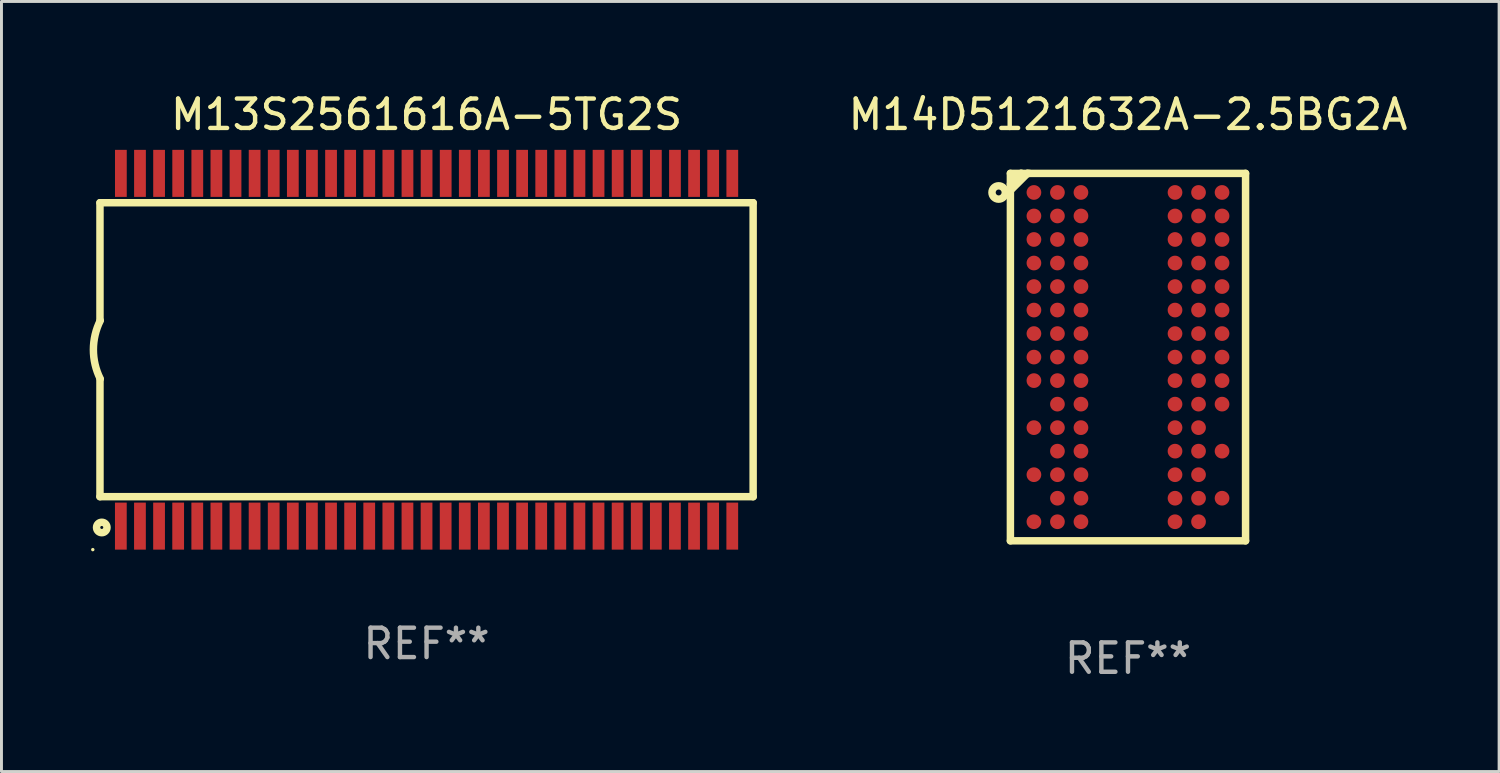
<source format=kicad_pcb>
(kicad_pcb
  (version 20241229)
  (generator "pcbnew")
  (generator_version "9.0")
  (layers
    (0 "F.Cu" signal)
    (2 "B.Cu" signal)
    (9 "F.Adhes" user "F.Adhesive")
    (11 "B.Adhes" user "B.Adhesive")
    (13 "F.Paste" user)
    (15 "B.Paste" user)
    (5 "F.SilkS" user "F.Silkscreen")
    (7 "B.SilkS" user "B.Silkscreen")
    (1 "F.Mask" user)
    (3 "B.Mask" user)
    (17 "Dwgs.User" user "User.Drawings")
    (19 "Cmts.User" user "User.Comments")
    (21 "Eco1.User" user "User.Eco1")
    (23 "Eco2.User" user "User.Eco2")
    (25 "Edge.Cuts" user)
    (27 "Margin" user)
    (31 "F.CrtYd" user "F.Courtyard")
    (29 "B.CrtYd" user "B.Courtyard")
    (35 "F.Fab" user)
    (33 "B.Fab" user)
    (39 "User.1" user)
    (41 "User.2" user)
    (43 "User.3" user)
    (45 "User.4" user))
  (footprint "M13S2561616A-5TG2S"
    (layer "F.Cu")
    (at 11.461 8.848)
    (property "Reference" "M13S2561616A-5TG2S" (at 0 -8 0) (layer "F.SilkS") (effects (font (size 1 1) (thickness 0.15))))
    (attr through_hole)
    (fp_line (start -11.11 -5.002) (end 11.11 -5.002) (stroke (width 0.254) (type solid)) (layer "F.SilkS"))
    (fp_line (start -11.11 -1.002) (end -11.11 -5.002) (stroke (width 0.254) (type solid)) (layer "F.SilkS"))
    (fp_line (start -11.11 4.999) (end -11.11 0.998) (stroke (width 0.254) (type solid)) (layer "F.SilkS"))
    (fp_line (start -11.11 4.999) (end 11.11 4.999) (stroke (width 0.254) (type solid)) (layer "F.SilkS"))
    (fp_line (start 11.11 4.999) (end 11.11 -5.002) (stroke (width 0.254) (type solid)) (layer "F.SilkS"))
    (fp_arc (start -11.099822 0.989078) (mid -11.333671 -0.001524) (end -11.099822 -0.992126) (stroke (width 0.254001) (type solid)) (layer "F.SilkS"))
    (fp_circle (center -11.354 6.8) (end -11.324 6.8) (stroke (width 0.06) (type solid)) (fill no) (layer "F.SilkS"))
    (fp_circle (center -11.049 6.046) (end -10.871 6.046) (stroke (width 0.254) (type solid)) (fill no) (layer "F.SilkS"))
    (fp_text user "REF**" (at 0 10 0) (layer "F.Fab") (effects (font (size 1 1) (thickness 0.15))))
    (pad "1" smd rect (at -10.4 6) (size 0.4 1.6) (layers "F.Cu" "F.Mask" "F.Paste"))
    (pad "2" smd rect (at -9.75 6) (size 0.4 1.6) (layers "F.Cu" "F.Mask" "F.Paste"))
    (pad "3" smd rect (at -9.1 6) (size 0.4 1.6) (layers "F.Cu" "F.Mask" "F.Paste"))
    (pad "4" smd rect (at -8.45 6) (size 0.4 1.6) (layers "F.Cu" "F.Mask" "F.Paste"))
    (pad "5" smd rect (at -7.8 6) (size 0.4 1.6) (layers "F.Cu" "F.Mask" "F.Paste"))
    (pad "6" smd rect (at -7.15 6) (size 0.4 1.6) (layers "F.Cu" "F.Mask" "F.Paste"))
    (pad "7" smd rect (at -6.5 6) (size 0.4 1.6) (layers "F.Cu" "F.Mask" "F.Paste"))
    (pad "8" smd rect (at -5.85 6) (size 0.4 1.6) (layers "F.Cu" "F.Mask" "F.Paste"))
    (pad "9" smd rect (at -5.2 6) (size 0.4 1.6) (layers "F.Cu" "F.Mask" "F.Paste"))
    (pad "10" smd rect (at -4.55 6) (size 0.4 1.6) (layers "F.Cu" "F.Mask" "F.Paste"))
    (pad "11" smd rect (at -3.9 6) (size 0.4 1.6) (layers "F.Cu" "F.Mask" "F.Paste"))
    (pad "12" smd rect (at -3.25 6) (size 0.4 1.6) (layers "F.Cu" "F.Mask" "F.Paste"))
    (pad "13" smd rect (at -2.6 6) (size 0.4 1.6) (layers "F.Cu" "F.Mask" "F.Paste"))
    (pad "14" smd rect (at -1.95 6) (size 0.4 1.6) (layers "F.Cu" "F.Mask" "F.Paste"))
    (pad "15" smd rect (at -1.3 6) (size 0.4 1.6) (layers "F.Cu" "F.Mask" "F.Paste"))
    (pad "16" smd rect (at -0.65 6) (size 0.4 1.6) (layers "F.Cu" "F.Mask" "F.Paste"))
    (pad "17" smd rect (at -0.000254 6) (size 0.4 1.6) (layers "F.Cu" "F.Mask" "F.Paste"))
    (pad "18" smd rect (at 0.65 6) (size 0.4 1.6) (layers "F.Cu" "F.Mask" "F.Paste"))
    (pad "19" smd rect (at 1.3 6) (size 0.4 1.6) (layers "F.Cu" "F.Mask" "F.Paste"))
    (pad "20" smd rect (at 1.95 6) (size 0.4 1.6) (layers "F.Cu" "F.Mask" "F.Paste"))
    (pad "21" smd rect (at 2.6 6) (size 0.4 1.6) (layers "F.Cu" "F.Mask" "F.Paste"))
    (pad "22" smd rect (at 3.25 6) (size 0.4 1.6) (layers "F.Cu" "F.Mask" "F.Paste"))
    (pad "23" smd rect (at 3.9 6) (size 0.4 1.6) (layers "F.Cu" "F.Mask" "F.Paste"))
    (pad "24" smd rect (at 4.55 6) (size 0.4 1.6) (layers "F.Cu" "F.Mask" "F.Paste"))
    (pad "25" smd rect (at 5.2 6) (size 0.4 1.6) (layers "F.Cu" "F.Mask" "F.Paste"))
    (pad "26" smd rect (at 5.85 6) (size 0.4 1.6) (layers "F.Cu" "F.Mask" "F.Paste"))
    (pad "27" smd rect (at 6.5 6) (size 0.4 1.6) (layers "F.Cu" "F.Mask" "F.Paste"))
    (pad "28" smd rect (at 7.15 6) (size 0.4 1.6) (layers "F.Cu" "F.Mask" "F.Paste"))
    (pad "29" smd rect (at 7.8 6) (size 0.4 1.6) (layers "F.Cu" "F.Mask" "F.Paste"))
    (pad "30" smd rect (at 8.45 6) (size 0.4 1.6) (layers "F.Cu" "F.Mask" "F.Paste"))
    (pad "31" smd rect (at 9.1 6) (size 0.4 1.6) (layers "F.Cu" "F.Mask" "F.Paste"))
    (pad "32" smd rect (at 9.75 6) (size 0.4 1.6) (layers "F.Cu" "F.Mask" "F.Paste"))
    (pad "33" smd rect (at 10.4 6) (size 0.4 1.6) (layers "F.Cu" "F.Mask" "F.Paste"))
    (pad "34" smd rect (at 10.401 -6) (size 0.4 1.6) (layers "F.Cu" "F.Mask" "F.Paste"))
    (pad "35" smd rect (at 9.751 -6) (size 0.4 1.6) (layers "F.Cu" "F.Mask" "F.Paste"))
    (pad "36" smd rect (at 9.101 -6) (size 0.4 1.6) (layers "F.Cu" "F.Mask" "F.Paste"))
    (pad "37" smd rect (at 8.451 -6) (size 0.4 1.6) (layers "F.Cu" "F.Mask" "F.Paste"))
    (pad "38" smd rect (at 7.801 -6) (size 0.4 1.6) (layers "F.Cu" "F.Mask" "F.Paste"))
    (pad "39" smd rect (at 7.151 -6) (size 0.4 1.6) (layers "F.Cu" "F.Mask" "F.Paste"))
    (pad "40" smd rect (at 6.501 -6) (size 0.4 1.6) (layers "F.Cu" "F.Mask" "F.Paste"))
    (pad "41" smd rect (at 5.851 -6) (size 0.4 1.6) (layers "F.Cu" "F.Mask" "F.Paste"))
    (pad "42" smd rect (at 5.201 -6) (size 0.4 1.6) (layers "F.Cu" "F.Mask" "F.Paste"))
    (pad "43" smd rect (at 4.551 -6) (size 0.4 1.6) (layers "F.Cu" "F.Mask" "F.Paste"))
    (pad "44" smd rect (at 3.901 -6) (size 0.4 1.6) (layers "F.Cu" "F.Mask" "F.Paste"))
    (pad "45" smd rect (at 3.251 -6) (size 0.4 1.6) (layers "F.Cu" "F.Mask" "F.Paste"))
    (pad "46" smd rect (at 2.601 -6) (size 0.4 1.6) (layers "F.Cu" "F.Mask" "F.Paste"))
    (pad "47" smd rect (at 1.951 -6) (size 0.4 1.6) (layers "F.Cu" "F.Mask" "F.Paste"))
    (pad "48" smd rect (at 1.301 -6) (size 0.4 1.6) (layers "F.Cu" "F.Mask" "F.Paste"))
    (pad "49" smd rect (at 0.651 -6) (size 0.4 1.6) (layers "F.Cu" "F.Mask" "F.Paste"))
    (pad "50" smd rect (at 0.001 -6) (size 0.4 1.6) (layers "F.Cu" "F.Mask" "F.Paste"))
    (pad "51" smd rect (at -0.649 -6) (size 0.4 1.6) (layers "F.Cu" "F.Mask" "F.Paste"))
    (pad "52" smd rect (at -1.299 -6) (size 0.4 1.6) (layers "F.Cu" "F.Mask" "F.Paste"))
    (pad "53" smd rect (at -1.949 -6) (size 0.4 1.6) (layers "F.Cu" "F.Mask" "F.Paste"))
    (pad "54" smd rect (at -2.599 -6) (size 0.4 1.6) (layers "F.Cu" "F.Mask" "F.Paste"))
    (pad "55" smd rect (at -3.249 -6) (size 0.4 1.6) (layers "F.Cu" "F.Mask" "F.Paste"))
    (pad "56" smd rect (at -3.899 -6) (size 0.4 1.6) (layers "F.Cu" "F.Mask" "F.Paste"))
    (pad "57" smd rect (at -4.549 -6) (size 0.4 1.6) (layers "F.Cu" "F.Mask" "F.Paste"))
    (pad "58" smd rect (at -5.199 -6) (size 0.4 1.6) (layers "F.Cu" "F.Mask" "F.Paste"))
    (pad "59" smd rect (at -5.849 -6) (size 0.4 1.6) (layers "F.Cu" "F.Mask" "F.Paste"))
    (pad "60" smd rect (at -6.499 -6) (size 0.4 1.6) (layers "F.Cu" "F.Mask" "F.Paste"))
    (pad "61" smd rect (at -7.149 -6) (size 0.4 1.6) (layers "F.Cu" "F.Mask" "F.Paste"))
    (pad "62" smd rect (at -7.799 -6) (size 0.4 1.6) (layers "F.Cu" "F.Mask" "F.Paste"))
    (pad "63" smd rect (at -8.449 -6) (size 0.4 1.6) (layers "F.Cu" "F.Mask" "F.Paste"))
    (pad "64" smd rect (at -9.099 -6) (size 0.4 1.6) (layers "F.Cu" "F.Mask" "F.Paste"))
    (pad "65" smd rect (at -9.749 -6) (size 0.4 1.6) (layers "F.Cu" "F.Mask" "F.Paste"))
    (pad "66" smd rect (at -10.399 -6) (size 0.4 1.6) (layers "F.Cu" "F.Mask" "F.Paste")))
  (footprint "M14D5121632A-2.5BG2A"
    (layer "F.Cu")
    (at 35.323 9.098)
    (property "Reference" "M14D5121632A-2.5BG2A" (at 0 -8.25 0) (layer "F.SilkS") (effects (font (size 1 1) (thickness 0.15))))
    (attr through_hole)
    (fp_line (start -4 -6.25) (end -4 6.25) (stroke (width 0.254) (type solid)) (layer "F.SilkS"))
    (fp_line (start -3.64 -6.25) (end -4 -5.889) (stroke (width 0.254) (type solid)) (layer "F.SilkS"))
    (fp_line (start -3.615 -6.25) (end -3.64 -6.25) (stroke (width 0.254) (type solid)) (layer "F.SilkS"))
    (fp_line (start -3.419 -6.25) (end -4 -5.669) (stroke (width 0.254) (type solid)) (layer "F.SilkS"))
    (fp_line (start -3.355 -6.25) (end -3.419 -6.25) (stroke (width 0.254) (type solid)) (layer "F.SilkS"))
    (fp_line (start 4 -6.25) (end -4 -6.25) (stroke (width 0.254) (type solid)) (layer "F.SilkS"))
    (fp_line (start 4 -6.25) (end 4 6.25) (stroke (width 0.254) (type solid)) (layer "F.SilkS"))
    (fp_line (start 4 6.25) (end -4 6.25) (stroke (width 0.254) (type solid)) (layer "F.SilkS"))
    (fp_circle (center -4.4 -5.6) (end -4.3 -5.6) (stroke (width 0.254) (type solid)) (fill no) (layer "F.SilkS"))
    (fp_circle (center -4 -6.25) (end -3.97 -6.25) (stroke (width 0.06) (type solid)) (fill no) (layer "F.SilkS"))
    (fp_text user "REF**" (at 0 10.25 0) (layer "F.Fab") (effects (font (size 1 1) (thickness 0.15))))
    (pad "A1" smd circle (at -3.2 -5.601) (size 0.5 0.5) (layers "F.Cu" "F.Mask" "F.Paste"))
    (pad "A2" smd circle (at -2.4 -5.601) (size 0.5 0.5) (layers "F.Cu" "F.Mask" "F.Paste"))
    (pad "A3" smd circle (at -1.6 -5.601) (size 0.5 0.5) (layers "F.Cu" "F.Mask" "F.Paste"))
    (pad "A7" smd circle (at 1.6 -5.601) (size 0.5 0.5) (layers "F.Cu" "F.Mask" "F.Paste"))
    (pad "A8" smd circle (at 2.4 -5.601) (size 0.5 0.5) (layers "F.Cu" "F.Mask" "F.Paste"))
    (pad "A9" smd circle (at 3.2 -5.601) (size 0.5 0.5) (layers "F.Cu" "F.Mask" "F.Paste"))
    (pad "B1" smd circle (at -3.2 -4.801) (size 0.5 0.5) (layers "F.Cu" "F.Mask" "F.Paste"))
    (pad "B2" smd circle (at -2.4 -4.801) (size 0.5 0.5) (layers "F.Cu" "F.Mask" "F.Paste"))
    (pad "B3" smd circle (at -1.6 -4.801) (size 0.5 0.5) (layers "F.Cu" "F.Mask" "F.Paste"))
    (pad "B7" smd circle (at 1.6 -4.801) (size 0.5 0.5) (layers "F.Cu" "F.Mask" "F.Paste"))
    (pad "B8" smd circle (at 2.4 -4.801) (size 0.5 0.5) (layers "F.Cu" "F.Mask" "F.Paste"))
    (pad "B9" smd circle (at 3.2 -4.801) (size 0.5 0.5) (layers "F.Cu" "F.Mask" "F.Paste"))
    (pad "C1" smd circle (at -3.2 -4.001) (size 0.5 0.5) (layers "F.Cu" "F.Mask" "F.Paste"))
    (pad "C2" smd circle (at -2.4 -4.001) (size 0.5 0.5) (layers "F.Cu" "F.Mask" "F.Paste"))
    (pad "C3" smd circle (at -1.6 -4.001) (size 0.5 0.5) (layers "F.Cu" "F.Mask" "F.Paste"))
    (pad "C7" smd circle (at 1.6 -4.001) (size 0.5 0.5) (layers "F.Cu" "F.Mask" "F.Paste"))
    (pad "C8" smd circle (at 2.4 -4.001) (size 0.5 0.5) (layers "F.Cu" "F.Mask" "F.Paste"))
    (pad "C9" smd circle (at 3.2 -4.001) (size 0.5 0.5) (layers "F.Cu" "F.Mask" "F.Paste"))
    (pad "D1" smd circle (at -3.2 -3.2) (size 0.5 0.5) (layers "F.Cu" "F.Mask" "F.Paste"))
    (pad "D2" smd circle (at -2.4 -3.2) (size 0.5 0.5) (layers "F.Cu" "F.Mask" "F.Paste"))
    (pad "D3" smd circle (at -1.6 -3.2) (size 0.5 0.5) (layers "F.Cu" "F.Mask" "F.Paste"))
    (pad "D7" smd circle (at 1.6 -3.2) (size 0.5 0.5) (layers "F.Cu" "F.Mask" "F.Paste"))
    (pad "D8" smd circle (at 2.4 -3.2) (size 0.5 0.5) (layers "F.Cu" "F.Mask" "F.Paste"))
    (pad "D9" smd circle (at 3.2 -3.2) (size 0.5 0.5) (layers "F.Cu" "F.Mask" "F.Paste"))
    (pad "E1" smd circle (at -3.2 -2.4) (size 0.5 0.5) (layers "F.Cu" "F.Mask" "F.Paste"))
    (pad "E2" smd circle (at -2.4 -2.4) (size 0.5 0.5) (layers "F.Cu" "F.Mask" "F.Paste"))
    (pad "E3" smd circle (at -1.6 -2.4) (size 0.5 0.5) (layers "F.Cu" "F.Mask" "F.Paste"))
    (pad "E7" smd circle (at 1.6 -2.4) (size 0.5 0.5) (layers "F.Cu" "F.Mask" "F.Paste"))
    (pad "E8" smd circle (at 2.4 -2.4) (size 0.5 0.5) (layers "F.Cu" "F.Mask" "F.Paste"))
    (pad "E9" smd circle (at 3.2 -2.4) (size 0.5 0.5) (layers "F.Cu" "F.Mask" "F.Paste"))
    (pad "F1" smd circle (at -3.2 -1.6) (size 0.5 0.5) (layers "F.Cu" "F.Mask" "F.Paste"))
    (pad "F2" smd circle (at -2.4 -1.6) (size 0.5 0.5) (layers "F.Cu" "F.Mask" "F.Paste"))
    (pad "F3" smd circle (at -1.6 -1.6) (size 0.5 0.5) (layers "F.Cu" "F.Mask" "F.Paste"))
    (pad "F7" smd circle (at 1.6 -1.6) (size 0.5 0.5) (layers "F.Cu" "F.Mask" "F.Paste"))
    (pad "F8" smd circle (at 2.4 -1.6) (size 0.5 0.5) (layers "F.Cu" "F.Mask" "F.Paste"))
    (pad "F9" smd circle (at 3.2 -1.6) (size 0.5 0.5) (layers "F.Cu" "F.Mask" "F.Paste"))
    (pad "G1" smd circle (at -3.2 -0.8) (size 0.5 0.5) (layers "F.Cu" "F.Mask" "F.Paste"))
    (pad "G2" smd circle (at -2.4 -0.8) (size 0.5 0.5) (layers "F.Cu" "F.Mask" "F.Paste"))
    (pad "G3" smd circle (at -1.6 -0.8) (size 0.5 0.5) (layers "F.Cu" "F.Mask" "F.Paste"))
    (pad "G7" smd circle (at 1.6 -0.8) (size 0.5 0.5) (layers "F.Cu" "F.Mask" "F.Paste"))
    (pad "G8" smd circle (at 2.4 -0.8) (size 0.5 0.5) (layers "F.Cu" "F.Mask" "F.Paste"))
    (pad "G9" smd circle (at 3.2 -0.8) (size 0.5 0.5) (layers "F.Cu" "F.Mask" "F.Paste"))
    (pad "H1" smd circle (at -3.2 0) (size 0.5 0.5) (layers "F.Cu" "F.Mask" "F.Paste"))
    (pad "H2" smd circle (at -2.4 0) (size 0.5 0.5) (layers "F.Cu" "F.Mask" "F.Paste"))
    (pad "H3" smd circle (at -1.6 0) (size 0.5 0.5) (layers "F.Cu" "F.Mask" "F.Paste"))
    (pad "H7" smd circle (at 1.6 0) (size 0.5 0.5) (layers "F.Cu" "F.Mask" "F.Paste"))
    (pad "H8" smd circle (at 2.4 0) (size 0.5 0.5) (layers "F.Cu" "F.Mask" "F.Paste"))
    (pad "H9" smd circle (at 3.2 0) (size 0.5 0.5) (layers "F.Cu" "F.Mask" "F.Paste"))
    (pad "J1" smd circle (at -3.2 0.8) (size 0.5 0.5) (layers "F.Cu" "F.Mask" "F.Paste"))
    (pad "J2" smd circle (at -2.4 0.8) (size 0.5 0.5) (layers "F.Cu" "F.Mask" "F.Paste"))
    (pad "J3" smd circle (at -1.6 0.8) (size 0.5 0.5) (layers "F.Cu" "F.Mask" "F.Paste"))
    (pad "J7" smd circle (at 1.6 0.8) (size 0.5 0.5) (layers "F.Cu" "F.Mask" "F.Paste"))
    (pad "J8" smd circle (at 2.4 0.8) (size 0.5 0.5) (layers "F.Cu" "F.Mask" "F.Paste"))
    (pad "J9" smd circle (at 3.2 0.8) (size 0.5 0.5) (layers "F.Cu" "F.Mask" "F.Paste"))
    (pad "K2" smd circle (at -2.4 1.6) (size 0.5 0.5) (layers "F.Cu" "F.Mask" "F.Paste"))
    (pad "K3" smd circle (at -1.6 1.6) (size 0.5 0.5) (layers "F.Cu" "F.Mask" "F.Paste"))
    (pad "K7" smd circle (at 1.6 1.6) (size 0.5 0.5) (layers "F.Cu" "F.Mask" "F.Paste"))
    (pad "K8" smd circle (at 2.4 1.6) (size 0.5 0.5) (layers "F.Cu" "F.Mask" "F.Paste"))
    (pad "K9" smd circle (at 3.2 1.6) (size 0.5 0.5) (layers "F.Cu" "F.Mask" "F.Paste"))
    (pad "L1" smd circle (at -3.2 2.4) (size 0.5 0.5) (layers "F.Cu" "F.Mask" "F.Paste"))
    (pad "L2" smd circle (at -2.4 2.4) (size 0.5 0.5) (layers "F.Cu" "F.Mask" "F.Paste"))
    (pad "L3" smd circle (at -1.6 2.4) (size 0.5 0.5) (layers "F.Cu" "F.Mask" "F.Paste"))
    (pad "L7" smd circle (at 1.6 2.4) (size 0.5 0.5) (layers "F.Cu" "F.Mask" "F.Paste"))
    (pad "L8" smd circle (at 2.4 2.4) (size 0.5 0.5) (layers "F.Cu" "F.Mask" "F.Paste"))
    (pad "M2" smd circle (at -2.4 3.2) (size 0.5 0.5) (layers "F.Cu" "F.Mask" "F.Paste"))
    (pad "M3" smd circle (at -1.6 3.2) (size 0.5 0.5) (layers "F.Cu" "F.Mask" "F.Paste"))
    (pad "M7" smd circle (at 1.6 3.2) (size 0.5 0.5) (layers "F.Cu" "F.Mask" "F.Paste"))
    (pad "M8" smd circle (at 2.4 3.2) (size 0.5 0.5) (layers "F.Cu" "F.Mask" "F.Paste"))
    (pad "M9" smd circle (at 3.2 3.2) (size 0.5 0.5) (layers "F.Cu" "F.Mask" "F.Paste"))
    (pad "N1" smd circle (at -3.2 4.001) (size 0.5 0.5) (layers "F.Cu" "F.Mask" "F.Paste"))
    (pad "N2" smd circle (at -2.4 4.001) (size 0.5 0.5) (layers "F.Cu" "F.Mask" "F.Paste"))
    (pad "N3" smd circle (at -1.6 4.001) (size 0.5 0.5) (layers "F.Cu" "F.Mask" "F.Paste"))
    (pad "N7" smd circle (at 1.6 4.001) (size 0.5 0.5) (layers "F.Cu" "F.Mask" "F.Paste"))
    (pad "N8" smd circle (at 2.4 4.001) (size 0.5 0.5) (layers "F.Cu" "F.Mask" "F.Paste"))
    (pad "P2" smd circle (at -2.4 4.801) (size 0.5 0.5) (layers "F.Cu" "F.Mask" "F.Paste"))
    (pad "P3" smd circle (at -1.6 4.801) (size 0.5 0.5) (layers "F.Cu" "F.Mask" "F.Paste"))
    (pad "P7" smd circle (at 1.6 4.801) (size 0.5 0.5) (layers "F.Cu" "F.Mask" "F.Paste"))
    (pad "P8" smd circle (at 2.4 4.801) (size 0.5 0.5) (layers "F.Cu" "F.Mask" "F.Paste"))
    (pad "P9" smd circle (at 3.2 4.801) (size 0.5 0.5) (layers "F.Cu" "F.Mask" "F.Paste"))
    (pad "R1" smd circle (at -3.2 5.601) (size 0.5 0.5) (layers "F.Cu" "F.Mask" "F.Paste"))
    (pad "R2" smd circle (at -2.4 5.601) (size 0.5 0.5) (layers "F.Cu" "F.Mask" "F.Paste"))
    (pad "R3" smd circle (at -1.6 5.601) (size 0.5 0.5) (layers "F.Cu" "F.Mask" "F.Paste"))
    (pad "R7" smd circle (at 1.6 5.601) (size 0.5 0.5) (layers "F.Cu" "F.Mask" "F.Paste"))
    (pad "R8" smd circle (at 2.4 5.601) (size 0.5 0.5) (layers "F.Cu" "F.Mask" "F.Paste")))
  (gr_rect
    (start -3 -3)
    (end 47.948 23.196)
    (stroke (width 0.1) (type default))
    (fill no)
    (layer "Edge.Cuts")))
</source>
